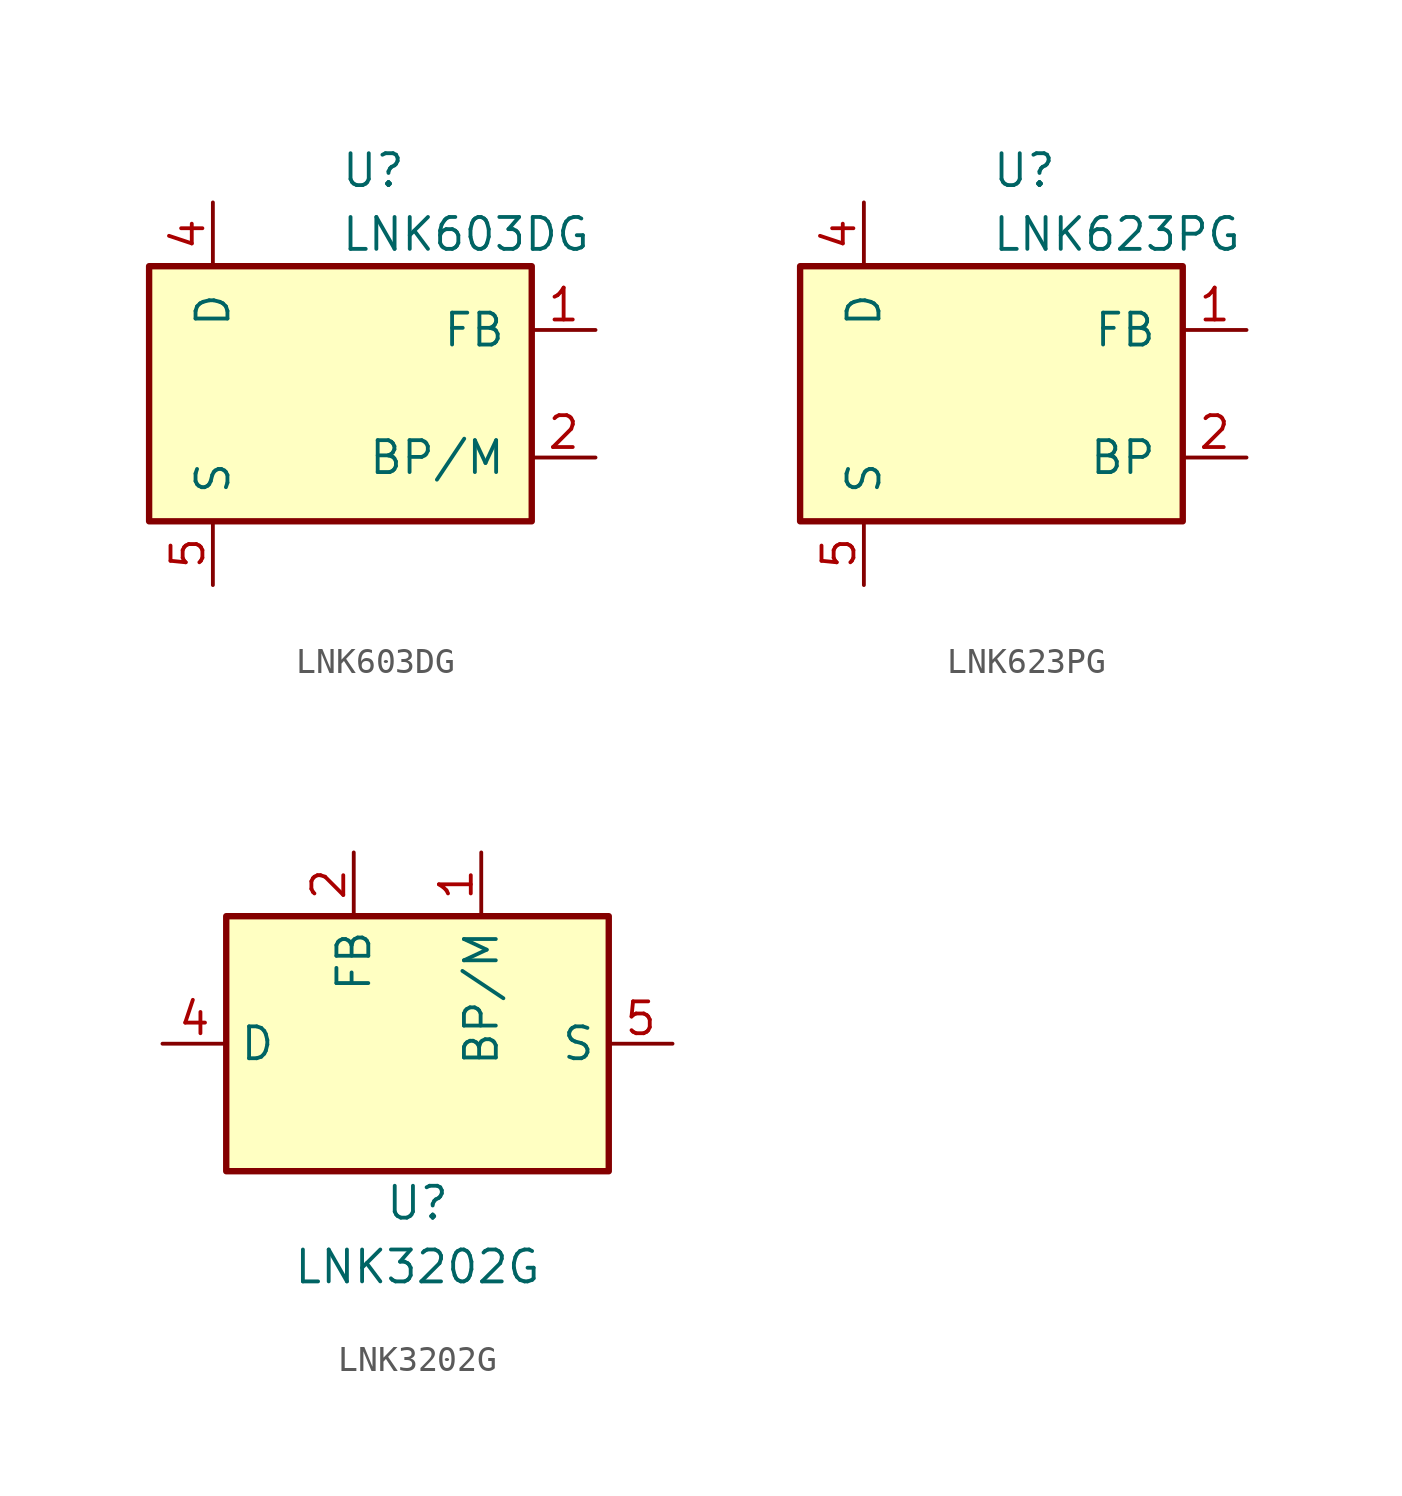
<source format=kicad_sym>
(kicad_symbol_lib
  (version 20201005)
  (generator kicad_symbol_editor)
  (symbol "LNK603DG"
    (pin_names
      (offset 1.016))
    (property "Reference" "U"
      (at 0 8.89 0)
      (effects (font (size 1.27 1.27)) (justify left)))
    (property "Value" "LNK603DG"
      (at 0 6.35 0)
      (effects (font (size 1.27 1.27)) (justify left)))
    (symbol "LNK603DG_0_1"
      (rectangle (start -7.62 5.08) (end 7.62 -5.08) (stroke (width 0.254)) (fill (type background))))
    (symbol "LNK603DG_1_1"
      (pin input line (at 10.16 2.54 180) (length 2.54) (name "FB" (effects (font (size 1.27 1.27)))) (number "1" (effects (font (size 1.27 1.27)))))
      (pin input line (at 10.16 -2.54 180) (length 2.54) (name "BP/M" (effects (font (size 1.27 1.27)))) (number "2" (effects (font (size 1.27 1.27)))))
      (pin open_collector line (at -5.08 7.62 270) (length 2.54) (name "D" (effects (font (size 1.27 1.27)))) (number "4" (effects (font (size 1.27 1.27)))))
      (pin power_in line (at -5.08 -7.62 90) (length 2.54) (name "S" (effects (font (size 1.27 1.27)))) (number "5" (effects (font (size 1.27 1.27)))))
      (pin passive line (at -5.08 -7.62 90) (length 2.54) hide (name "S" (effects (font (size 1.27 1.27)))) (number "6" (effects (font (size 1.27 1.27)))))
      (pin passive line (at -5.08 -7.62 90) (length 2.54) hide (name "S" (effects (font (size 1.27 1.27)))) (number "7" (effects (font (size 1.27 1.27)))))
      (pin passive line (at -5.08 -7.62 90) (length 2.54) hide (name "S" (effects (font (size 1.27 1.27)))) (number "8" (effects (font (size 1.27 1.27)))))))
  (symbol "LNK623PG"
    (pin_names
      (offset 1.016))
    (property "Reference" "U"
      (at 0 8.89 0)
      (effects (font (size 1.27 1.27)) (justify left)))
    (property "Value" "LNK623PG"
      (at 0 6.35 0)
      (effects (font (size 1.27 1.27)) (justify left)))
    (symbol "LNK623PG_0_1"
      (rectangle (start -7.62 5.08) (end 7.62 -5.08) (stroke (width 0.254)) (fill (type background))))
    (symbol "LNK623PG_1_1"
      (pin input line (at 10.16 2.54 180) (length 2.54) (name "FB" (effects (font (size 1.27 1.27)))) (number "1" (effects (font (size 1.27 1.27)))))
      (pin input line (at 10.16 -2.54 180) (length 2.54) (name "BP" (effects (font (size 1.27 1.27)))) (number "2" (effects (font (size 1.27 1.27)))))
      (pin open_collector line (at -5.08 7.62 270) (length 2.54) (name "D" (effects (font (size 1.27 1.27)))) (number "4" (effects (font (size 1.27 1.27)))))
      (pin power_in line (at -5.08 -7.62 90) (length 2.54) (name "S" (effects (font (size 1.27 1.27)))) (number "5" (effects (font (size 1.27 1.27)))))
      (pin passive line (at -5.08 -7.62 90) (length 2.54) hide (name "S" (effects (font (size 1.27 1.27)))) (number "6" (effects (font (size 1.27 1.27)))))
      (pin passive line (at -5.08 -7.62 90) (length 2.54) hide (name "S" (effects (font (size 1.27 1.27)))) (number "7" (effects (font (size 1.27 1.27)))))
      (pin passive line (at -5.08 -7.62 90) (length 2.54) hide (name "S" (effects (font (size 1.27 1.27)))) (number "8" (effects (font (size 1.27 1.27)))))))
  (symbol "LNK3202G"
    (property "Reference" "U"
      (at 0 -6.35 0)
      (effects (font (size 1.27 1.27))))
    (property "Value" "LNK3202G"
      (at 0 -8.89 0)
      (effects (font (size 1.27 1.27))))
    (symbol "LNK3202G_0_1"
      (rectangle (start -7.62 5.08) (end 7.62 -5.08) (stroke (width 0.254)) (fill (type background))))
    (symbol "LNK3202G_1_1"
      (pin input line (at 2.54 7.62 270) (length 2.54) (name "BP/M" (effects (font (size 1.27 1.27)))) (number "1" (effects (font (size 1.27 1.27)))))
      (pin input line (at -2.54 7.62 270) (length 2.54) (name "FB" (effects (font (size 1.27 1.27)))) (number "2" (effects (font (size 1.27 1.27)))))
      (pin open_collector line (at -10.16 0 0) (length 2.54) (name "D" (effects (font (size 1.27 1.27)))) (number "4" (effects (font (size 1.27 1.27)))))
      (pin power_in line (at 10.16 0 180) (length 2.54) (name "S" (effects (font (size 1.27 1.27)))) (number "5" (effects (font (size 1.27 1.27)))))
      (pin passive line (at 10.16 0 180) (length 2.54) hide (name "S" (effects (font (size 1.27 1.27)))) (number "6" (effects (font (size 1.27 1.27)))))
      (pin passive line (at 10.16 0 180) (length 2.54) hide (name "S" (effects (font (size 1.27 1.27)))) (number "7" (effects (font (size 1.27 1.27)))))
      (pin passive line (at 10.16 0 180) (length 2.54) hide (name "S" (effects (font (size 1.27 1.27)))) (number "8" (effects (font (size 1.27 1.27))))))))
</source>
